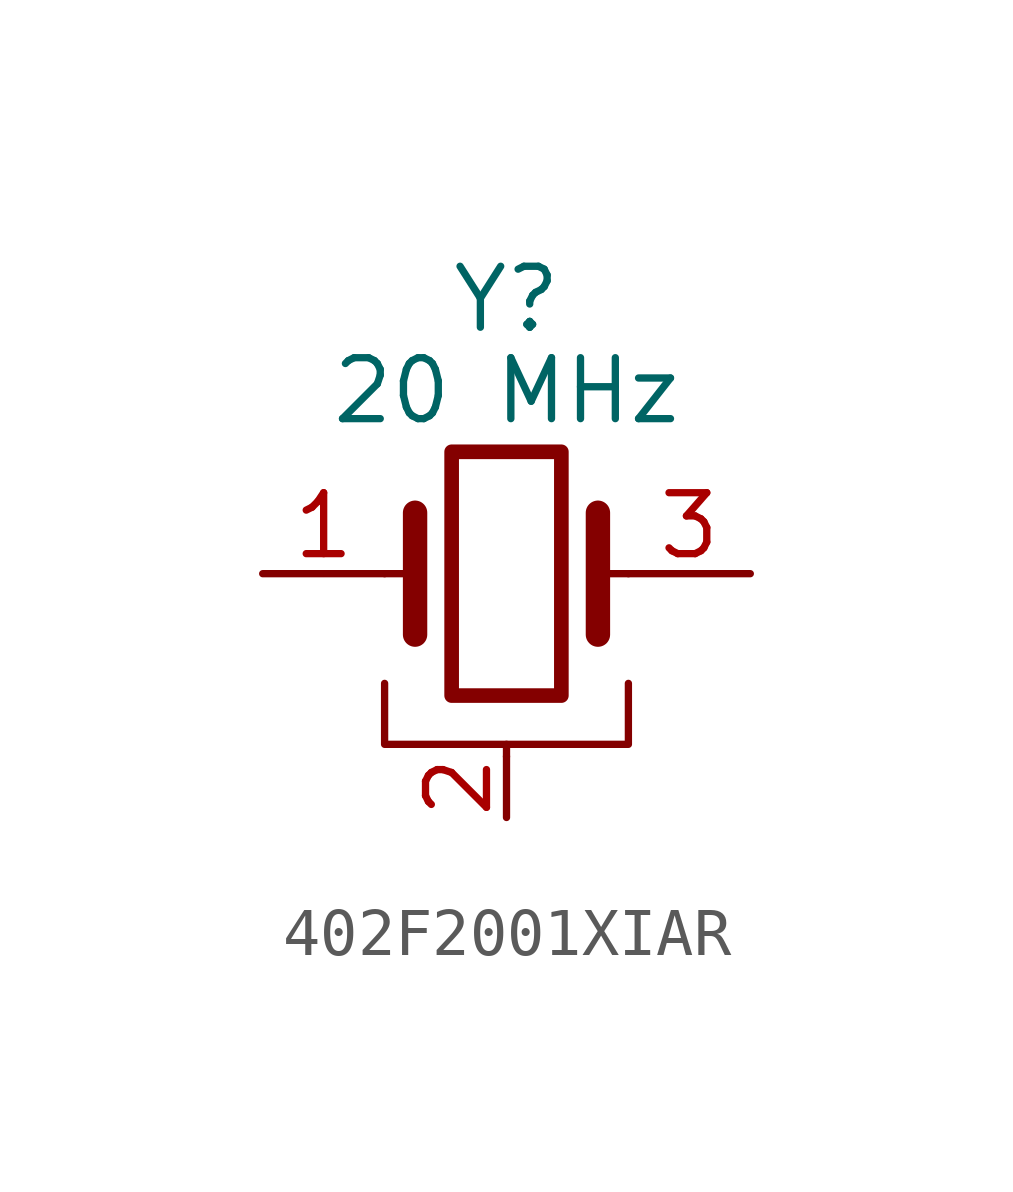
<source format=kicad_sym>
(kicad_symbol_lib
  (version 20241209)
  (generator "kicad_symbol_editor")
  (generator_version "9.0")
  (symbol "402F2001XIAR"
    (pin_names
      (offset 1.016)
      (hide yes))
    (property "Reference" "Y"
      (at 0 5.715 0)
      (effects (font (size 1.27 1.27))))
    (property "Value" "20 MHz"
      (at 0 3.81 0)
      (effects (font (size 1.27 1.27))))
    (symbol "402F2001XIAR_0_1"
      (polyline (pts (xy -2.54 0) (xy -1.905 0)) (stroke (width 0) (type default)) (fill (type none)))
      (polyline (pts (xy -2.54 -2.286) (xy -2.54 -3.556) (xy 2.54 -3.556) (xy 2.54 -2.286)) (stroke (width 0) (type default)) (fill (type none)))
      (polyline (pts (xy -1.905 -1.27) (xy -1.905 1.27)) (stroke (width 0.508) (type default)) (fill (type none)))
      (rectangle (start -1.143 2.54) (end 1.143 -2.54) (stroke (width 0.305) (type default)) (fill (type none)))
      (polyline (pts (xy 0 -3.81) (xy 0 -3.556)) (stroke (width 0) (type default)) (fill (type none)))
      (polyline (pts (xy 1.905 1.27) (xy 1.905 -1.27)) (stroke (width 0.508) (type default)) (fill (type none)))
      (polyline (pts (xy 1.905 0) (xy 2.54 0)) (stroke (width 0) (type default)) (fill (type none))))
    (symbol "402F2001XIAR_1_1"
      (pin passive line (at -5.08 0 0) (length 2.54) (name "1" (effects (font (size 1.27 1.27)))) (number "1" (effects (font (size 1.27 1.27)))))
      (pin passive line (at 0 -5.08 90) (length 1.27) (name "2" (effects (font (size 1.27 1.27)))) (number "2" (effects (font (size 1.27 1.27)))))
      (pin passive line (at 5.08 0 180) (length 2.54) (name "3" (effects (font (size 1.27 1.27)))) (number "3" (effects (font (size 1.27 1.27))))))))
</source>
